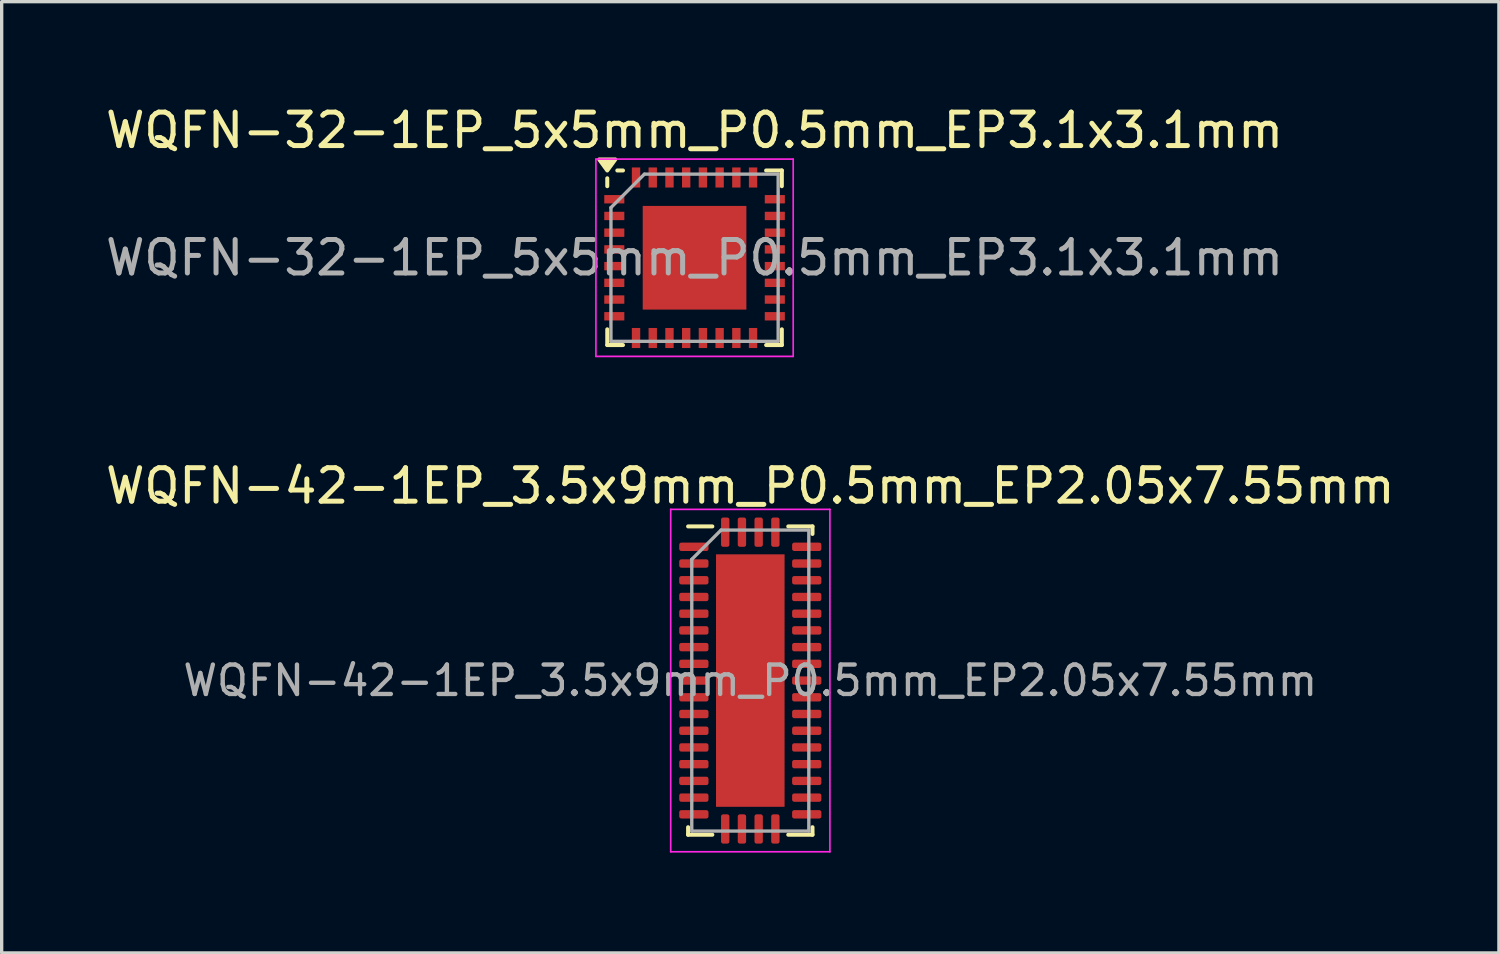
<source format=kicad_pcb>
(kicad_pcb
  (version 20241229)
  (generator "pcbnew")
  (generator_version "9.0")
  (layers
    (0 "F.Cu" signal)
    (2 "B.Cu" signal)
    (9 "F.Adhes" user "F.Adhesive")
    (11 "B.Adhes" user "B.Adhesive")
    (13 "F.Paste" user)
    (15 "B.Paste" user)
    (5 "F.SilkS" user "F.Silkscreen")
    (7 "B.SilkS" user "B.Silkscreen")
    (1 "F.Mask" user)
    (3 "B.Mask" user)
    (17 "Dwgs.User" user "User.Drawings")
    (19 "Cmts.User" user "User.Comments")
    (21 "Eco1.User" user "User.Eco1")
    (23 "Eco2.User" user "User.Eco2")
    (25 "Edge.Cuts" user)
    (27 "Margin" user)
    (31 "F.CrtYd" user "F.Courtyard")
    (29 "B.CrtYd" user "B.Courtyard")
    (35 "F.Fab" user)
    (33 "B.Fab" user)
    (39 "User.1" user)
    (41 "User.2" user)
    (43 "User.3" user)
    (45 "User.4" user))
  (footprint "WQFN-42-1EP_3.5x9mm_P0.5mm_EP2.05x7.55mm"
    (layer "F.Cu")
    (at 19.387 17.302)
    (property "Reference" "WQFN-42-1EP_3.5x9mm_P0.5mm_EP2.05x7.55mm" (at 0 -5.82 0) (layer "F.SilkS") (effects (font (size 1 1) (thickness 0.15))))
    (attr smd)
    (fp_line (start -1.86 4.61) (end -1.86 4.385) (stroke (width 0.12) (type solid)) (layer "F.SilkS"))
    (fp_line (start -1.135 -4.61) (end -1.86 -4.61) (stroke (width 0.12) (type solid)) (layer "F.SilkS"))
    (fp_line (start -1.135 4.61) (end -1.86 4.61) (stroke (width 0.12) (type solid)) (layer "F.SilkS"))
    (fp_line (start 1.135 -4.61) (end 1.86 -4.61) (stroke (width 0.12) (type solid)) (layer "F.SilkS"))
    (fp_line (start 1.135 4.61) (end 1.86 4.61) (stroke (width 0.12) (type solid)) (layer "F.SilkS"))
    (fp_line (start 1.86 -4.61) (end 1.86 -4.385) (stroke (width 0.12) (type solid)) (layer "F.SilkS"))
    (fp_line (start 1.86 4.61) (end 1.86 4.385) (stroke (width 0.12) (type solid)) (layer "F.SilkS"))
    (fp_line (start -2.38 -5.12) (end -2.38 5.12) (stroke (width 0.05) (type solid)) (layer "F.CrtYd"))
    (fp_line (start -2.38 5.12) (end 2.38 5.12) (stroke (width 0.05) (type solid)) (layer "F.CrtYd"))
    (fp_line (start 2.38 -5.12) (end -2.38 -5.12) (stroke (width 0.05) (type solid)) (layer "F.CrtYd"))
    (fp_line (start 2.38 5.12) (end 2.38 -5.12) (stroke (width 0.05) (type solid)) (layer "F.CrtYd"))
    (fp_line (start -1.75 -3.625) (end -0.875 -4.5) (stroke (width 0.1) (type solid)) (layer "F.Fab"))
    (fp_line (start -1.75 4.5) (end -1.75 -3.625) (stroke (width 0.1) (type solid)) (layer "F.Fab"))
    (fp_line (start -0.875 -4.5) (end 1.75 -4.5) (stroke (width 0.1) (type solid)) (layer "F.Fab"))
    (fp_line (start 1.75 -4.5) (end 1.75 4.5) (stroke (width 0.1) (type solid)) (layer "F.Fab"))
    (fp_line (start 1.75 4.5) (end -1.75 4.5) (stroke (width 0.1) (type solid)) (layer "F.Fab"))
    (fp_text user "${REFERENCE}" (at 0 0 0) (layer "F.Fab") (effects (font (size 0.88 0.88) (thickness 0.13))))
    (pad "" smd roundrect (at -0.51 -3.24) (size 0.83 0.87) (layers "F.Paste") (roundrect_rratio 0.25))
    (pad "" smd roundrect (at -0.51 -2.16) (size 0.83 0.87) (layers "F.Paste") (roundrect_rratio 0.25))
    (pad "" smd roundrect (at -0.51 -1.08) (size 0.83 0.87) (layers "F.Paste") (roundrect_rratio 0.25))
    (pad "" smd roundrect (at -0.51 0) (size 0.83 0.87) (layers "F.Paste") (roundrect_rratio 0.25))
    (pad "" smd roundrect (at -0.51 1.08) (size 0.83 0.87) (layers "F.Paste") (roundrect_rratio 0.25))
    (pad "" smd roundrect (at -0.51 2.16) (size 0.83 0.87) (layers "F.Paste") (roundrect_rratio 0.25))
    (pad "" smd roundrect (at -0.51 3.24) (size 0.83 0.87) (layers "F.Paste") (roundrect_rratio 0.25))
    (pad "" smd roundrect (at 0.51 -3.24) (size 0.83 0.87) (layers "F.Paste") (roundrect_rratio 0.25))
    (pad "" smd roundrect (at 0.51 -2.16) (size 0.83 0.87) (layers "F.Paste") (roundrect_rratio 0.25))
    (pad "" smd roundrect (at 0.51 -1.08) (size 0.83 0.87) (layers "F.Paste") (roundrect_rratio 0.25))
    (pad "" smd roundrect (at 0.51 0) (size 0.83 0.87) (layers "F.Paste") (roundrect_rratio 0.25))
    (pad "" smd roundrect (at 0.51 1.08) (size 0.83 0.87) (layers "F.Paste") (roundrect_rratio 0.25))
    (pad "" smd roundrect (at 0.51 2.16) (size 0.83 0.87) (layers "F.Paste") (roundrect_rratio 0.25))
    (pad "" smd roundrect (at 0.51 3.24) (size 0.83 0.87) (layers "F.Paste") (roundrect_rratio 0.25))
    (pad "1" smd roundrect (at -1.688 -4) (size 0.875 0.25) (layers "F.Cu" "F.Mask" "F.Paste") (roundrect_rratio 0.25))
    (pad "2" smd roundrect (at -1.688 -3.5) (size 0.875 0.25) (layers "F.Cu" "F.Mask" "F.Paste") (roundrect_rratio 0.25))
    (pad "3" smd roundrect (at -1.688 -3) (size 0.875 0.25) (layers "F.Cu" "F.Mask" "F.Paste") (roundrect_rratio 0.25))
    (pad "4" smd roundrect (at -1.688 -2.5) (size 0.875 0.25) (layers "F.Cu" "F.Mask" "F.Paste") (roundrect_rratio 0.25))
    (pad "5" smd roundrect (at -1.688 -2) (size 0.875 0.25) (layers "F.Cu" "F.Mask" "F.Paste") (roundrect_rratio 0.25))
    (pad "6" smd roundrect (at -1.688 -1.5) (size 0.875 0.25) (layers "F.Cu" "F.Mask" "F.Paste") (roundrect_rratio 0.25))
    (pad "7" smd roundrect (at -1.688 -1) (size 0.875 0.25) (layers "F.Cu" "F.Mask" "F.Paste") (roundrect_rratio 0.25))
    (pad "8" smd roundrect (at -1.688 -0.5) (size 0.875 0.25) (layers "F.Cu" "F.Mask" "F.Paste") (roundrect_rratio 0.25))
    (pad "9" smd roundrect (at -1.688 0) (size 0.875 0.25) (layers "F.Cu" "F.Mask" "F.Paste") (roundrect_rratio 0.25))
    (pad "10" smd roundrect (at -1.688 0.5) (size 0.875 0.25) (layers "F.Cu" "F.Mask" "F.Paste") (roundrect_rratio 0.25))
    (pad "11" smd roundrect (at -1.688 1) (size 0.875 0.25) (layers "F.Cu" "F.Mask" "F.Paste") (roundrect_rratio 0.25))
    (pad "12" smd roundrect (at -1.688 1.5) (size 0.875 0.25) (layers "F.Cu" "F.Mask" "F.Paste") (roundrect_rratio 0.25))
    (pad "13" smd roundrect (at -1.688 2) (size 0.875 0.25) (layers "F.Cu" "F.Mask" "F.Paste") (roundrect_rratio 0.25))
    (pad "14" smd roundrect (at -1.688 2.5) (size 0.875 0.25) (layers "F.Cu" "F.Mask" "F.Paste") (roundrect_rratio 0.25))
    (pad "15" smd roundrect (at -1.688 3) (size 0.875 0.25) (layers "F.Cu" "F.Mask" "F.Paste") (roundrect_rratio 0.25))
    (pad "16" smd roundrect (at -1.688 3.5) (size 0.875 0.25) (layers "F.Cu" "F.Mask" "F.Paste") (roundrect_rratio 0.25))
    (pad "17" smd roundrect (at -1.688 4) (size 0.875 0.25) (layers "F.Cu" "F.Mask" "F.Paste") (roundrect_rratio 0.25))
    (pad "18" smd roundrect (at -0.75 4.438) (size 0.25 0.875) (layers "F.Cu" "F.Mask" "F.Paste") (roundrect_rratio 0.25))
    (pad "19" smd roundrect (at -0.25 4.438) (size 0.25 0.875) (layers "F.Cu" "F.Mask" "F.Paste") (roundrect_rratio 0.25))
    (pad "20" smd roundrect (at 0.25 4.438) (size 0.25 0.875) (layers "F.Cu" "F.Mask" "F.Paste") (roundrect_rratio 0.25))
    (pad "21" smd roundrect (at 0.75 4.438) (size 0.25 0.875) (layers "F.Cu" "F.Mask" "F.Paste") (roundrect_rratio 0.25))
    (pad "22" smd roundrect (at 1.688 4) (size 0.875 0.25) (layers "F.Cu" "F.Mask" "F.Paste") (roundrect_rratio 0.25))
    (pad "23" smd roundrect (at 1.688 3.5) (size 0.875 0.25) (layers "F.Cu" "F.Mask" "F.Paste") (roundrect_rratio 0.25))
    (pad "24" smd roundrect (at 1.688 3) (size 0.875 0.25) (layers "F.Cu" "F.Mask" "F.Paste") (roundrect_rratio 0.25))
    (pad "25" smd roundrect (at 1.688 2.5) (size 0.875 0.25) (layers "F.Cu" "F.Mask" "F.Paste") (roundrect_rratio 0.25))
    (pad "26" smd roundrect (at 1.688 2) (size 0.875 0.25) (layers "F.Cu" "F.Mask" "F.Paste") (roundrect_rratio 0.25))
    (pad "27" smd roundrect (at 1.688 1.5) (size 0.875 0.25) (layers "F.Cu" "F.Mask" "F.Paste") (roundrect_rratio 0.25))
    (pad "28" smd roundrect (at 1.688 1) (size 0.875 0.25) (layers "F.Cu" "F.Mask" "F.Paste") (roundrect_rratio 0.25))
    (pad "29" smd roundrect (at 1.688 0.5) (size 0.875 0.25) (layers "F.Cu" "F.Mask" "F.Paste") (roundrect_rratio 0.25))
    (pad "30" smd roundrect (at 1.688 0) (size 0.875 0.25) (layers "F.Cu" "F.Mask" "F.Paste") (roundrect_rratio 0.25))
    (pad "31" smd roundrect (at 1.688 -0.5) (size 0.875 0.25) (layers "F.Cu" "F.Mask" "F.Paste") (roundrect_rratio 0.25))
    (pad "32" smd roundrect (at 1.688 -1) (size 0.875 0.25) (layers "F.Cu" "F.Mask" "F.Paste") (roundrect_rratio 0.25))
    (pad "33" smd roundrect (at 1.688 -1.5) (size 0.875 0.25) (layers "F.Cu" "F.Mask" "F.Paste") (roundrect_rratio 0.25))
    (pad "34" smd roundrect (at 1.688 -2) (size 0.875 0.25) (layers "F.Cu" "F.Mask" "F.Paste") (roundrect_rratio 0.25))
    (pad "35" smd roundrect (at 1.688 -2.5) (size 0.875 0.25) (layers "F.Cu" "F.Mask" "F.Paste") (roundrect_rratio 0.25))
    (pad "36" smd roundrect (at 1.688 -3) (size 0.875 0.25) (layers "F.Cu" "F.Mask" "F.Paste") (roundrect_rratio 0.25))
    (pad "37" smd roundrect (at 1.688 -3.5) (size 0.875 0.25) (layers "F.Cu" "F.Mask" "F.Paste") (roundrect_rratio 0.25))
    (pad "38" smd roundrect (at 1.688 -4) (size 0.875 0.25) (layers "F.Cu" "F.Mask" "F.Paste") (roundrect_rratio 0.25))
    (pad "39" smd roundrect (at 0.75 -4.438) (size 0.25 0.875) (layers "F.Cu" "F.Mask" "F.Paste") (roundrect_rratio 0.25))
    (pad "40" smd roundrect (at 0.25 -4.438) (size 0.25 0.875) (layers "F.Cu" "F.Mask" "F.Paste") (roundrect_rratio 0.25))
    (pad "41" smd roundrect (at -0.25 -4.438) (size 0.25 0.875) (layers "F.Cu" "F.Mask" "F.Paste") (roundrect_rratio 0.25))
    (pad "42" smd roundrect (at -0.75 -4.438) (size 0.25 0.875) (layers "F.Cu" "F.Mask" "F.Paste") (roundrect_rratio 0.25))
    (pad "43" smd rect (at 0 0) (size 2.05 7.55) (layers "F.Cu" "F.Mask")))
  (footprint "WQFN-32-1EP_5x5mm_P0.5mm_EP3.1x3.1mm"
    (layer "F.Cu")
    (at 17.72 4.658)
    (property "Reference" "WQFN-32-1EP_5x5mm_P0.5mm_EP3.1x3.1mm" (at 0 -3.81 0) (layer "F.SilkS") (effects (font (size 1 1) (thickness 0.15))))
    (attr smd)
    (fp_line (start -2.61 -2.14) (end -2.61 -2.377) (stroke (width 0.12) (type solid)) (layer "F.SilkS"))
    (fp_line (start -2.61 2.61) (end -2.61 2.14) (stroke (width 0.12) (type solid)) (layer "F.SilkS"))
    (fp_line (start -2.14 -2.61) (end -2.31 -2.61) (stroke (width 0.12) (type solid)) (layer "F.SilkS"))
    (fp_line (start -2.14 2.61) (end -2.61 2.61) (stroke (width 0.12) (type solid)) (layer "F.SilkS"))
    (fp_line (start 2.14 -2.61) (end 2.61 -2.61) (stroke (width 0.12) (type solid)) (layer "F.SilkS"))
    (fp_line (start 2.61 -2.61) (end 2.61 -2.14) (stroke (width 0.12) (type solid)) (layer "F.SilkS"))
    (fp_line (start 2.61 2.14) (end 2.61 2.61) (stroke (width 0.12) (type solid)) (layer "F.SilkS"))
    (fp_line (start 2.61 2.61) (end 2.14 2.61) (stroke (width 0.12) (type solid)) (layer "F.SilkS"))
    (fp_poly (pts (xy -2.61 -2.61) (xy -2.85 -2.94) (xy -2.37 -2.94) (xy -2.61 -2.61)) (stroke (width 0.12) (type solid)) (fill yes) (layer "F.SilkS"))
    (fp_line (start -2.95 -2.95) (end 2.95 -2.95) (stroke (width 0.05) (type solid)) (layer "F.CrtYd"))
    (fp_line (start -2.95 2.95) (end -2.95 -2.95) (stroke (width 0.05) (type solid)) (layer "F.CrtYd"))
    (fp_line (start 2.95 -2.95) (end 2.95 2.95) (stroke (width 0.05) (type solid)) (layer "F.CrtYd"))
    (fp_line (start 2.95 2.95) (end -2.95 2.95) (stroke (width 0.05) (type solid)) (layer "F.CrtYd"))
    (fp_line (start -2.5 -1.5) (end -2.5 2.5) (stroke (width 0.1) (type solid)) (layer "F.Fab"))
    (fp_line (start -1.5 -2.5) (end -2.5 -1.5) (stroke (width 0.1) (type solid)) (layer "F.Fab"))
    (fp_line (start 2.5 -2.5) (end -1.5 -2.5) (stroke (width 0.1) (type solid)) (layer "F.Fab"))
    (fp_line (start 2.5 -2.5) (end 2.5 2.5) (stroke (width 0.1) (type solid)) (layer "F.Fab"))
    (fp_line (start 2.5 2.5) (end -2.5 2.5) (stroke (width 0.1) (type solid)) (layer "F.Fab"))
    (fp_text user "${REFERENCE}" (at 0 0 0) (layer "F.Fab") (effects (font (size 1 1) (thickness 0.15))))
    (pad "" smd rect (at -0.775 -0.775) (size 1.23 1.23) (layers "F.Paste"))
    (pad "" smd rect (at -0.775 0.775) (size 1.23 1.23) (layers "F.Paste"))
    (pad "" smd rect (at 0.775 -0.775) (size 1.23 1.23) (layers "F.Paste"))
    (pad "" smd rect (at 0.775 0.775) (size 1.23 1.23) (layers "F.Paste"))
    (pad "1" smd rect (at -2.4 -1.75 90) (size 0.25 0.6) (layers "F.Cu" "F.Mask" "F.Paste"))
    (pad "2" smd rect (at -2.4 -1.25 90) (size 0.25 0.6) (layers "F.Cu" "F.Mask" "F.Paste"))
    (pad "3" smd rect (at -2.4 -0.75 90) (size 0.25 0.6) (layers "F.Cu" "F.Mask" "F.Paste"))
    (pad "4" smd rect (at -2.4 -0.25 90) (size 0.25 0.6) (layers "F.Cu" "F.Mask" "F.Paste"))
    (pad "5" smd rect (at -2.4 0.25 90) (size 0.25 0.6) (layers "F.Cu" "F.Mask" "F.Paste"))
    (pad "6" smd rect (at -2.4 0.75 90) (size 0.25 0.6) (layers "F.Cu" "F.Mask" "F.Paste"))
    (pad "7" smd rect (at -2.4 1.25 90) (size 0.25 0.6) (layers "F.Cu" "F.Mask" "F.Paste"))
    (pad "8" smd rect (at -2.4 1.75 90) (size 0.25 0.6) (layers "F.Cu" "F.Mask" "F.Paste"))
    (pad "9" smd rect (at -1.75 2.4) (size 0.25 0.6) (layers "F.Cu" "F.Mask" "F.Paste"))
    (pad "10" smd rect (at -1.25 2.4) (size 0.25 0.6) (layers "F.Cu" "F.Mask" "F.Paste"))
    (pad "11" smd rect (at -0.75 2.4) (size 0.25 0.6) (layers "F.Cu" "F.Mask" "F.Paste"))
    (pad "12" smd rect (at -0.25 2.4) (size 0.25 0.6) (layers "F.Cu" "F.Mask" "F.Paste"))
    (pad "13" smd rect (at 0.25 2.4) (size 0.25 0.6) (layers "F.Cu" "F.Mask" "F.Paste"))
    (pad "14" smd rect (at 0.75 2.4) (size 0.25 0.6) (layers "F.Cu" "F.Mask" "F.Paste"))
    (pad "15" smd rect (at 1.25 2.4) (size 0.25 0.6) (layers "F.Cu" "F.Mask" "F.Paste"))
    (pad "16" smd rect (at 1.75 2.4) (size 0.25 0.6) (layers "F.Cu" "F.Mask" "F.Paste"))
    (pad "17" smd rect (at 2.4 1.75 90) (size 0.25 0.6) (layers "F.Cu" "F.Mask" "F.Paste"))
    (pad "18" smd rect (at 2.4 1.25 90) (size 0.25 0.6) (layers "F.Cu" "F.Mask" "F.Paste"))
    (pad "19" smd rect (at 2.4 0.75 90) (size 0.25 0.6) (layers "F.Cu" "F.Mask" "F.Paste"))
    (pad "20" smd rect (at 2.4 0.25 90) (size 0.25 0.6) (layers "F.Cu" "F.Mask" "F.Paste"))
    (pad "21" smd rect (at 2.4 -0.25 90) (size 0.25 0.6) (layers "F.Cu" "F.Mask" "F.Paste"))
    (pad "22" smd rect (at 2.4 -0.75 90) (size 0.25 0.6) (layers "F.Cu" "F.Mask" "F.Paste"))
    (pad "23" smd rect (at 2.4 -1.25 90) (size 0.25 0.6) (layers "F.Cu" "F.Mask" "F.Paste"))
    (pad "24" smd rect (at 2.4 -1.75 90) (size 0.25 0.6) (layers "F.Cu" "F.Mask" "F.Paste"))
    (pad "25" smd rect (at 1.75 -2.4) (size 0.25 0.6) (layers "F.Cu" "F.Mask" "F.Paste"))
    (pad "26" smd rect (at 1.25 -2.4) (size 0.25 0.6) (layers "F.Cu" "F.Mask" "F.Paste"))
    (pad "27" smd rect (at 0.75 -2.4) (size 0.25 0.6) (layers "F.Cu" "F.Mask" "F.Paste"))
    (pad "28" smd rect (at 0.25 -2.4) (size 0.25 0.6) (layers "F.Cu" "F.Mask" "F.Paste"))
    (pad "29" smd rect (at -0.25 -2.4) (size 0.25 0.6) (layers "F.Cu" "F.Mask" "F.Paste"))
    (pad "30" smd rect (at -0.75 -2.4) (size 0.25 0.6) (layers "F.Cu" "F.Mask" "F.Paste"))
    (pad "31" smd rect (at -1.25 -2.4) (size 0.25 0.6) (layers "F.Cu" "F.Mask" "F.Paste"))
    (pad "32" smd rect (at -1.75 -2.4) (size 0.25 0.6) (layers "F.Cu" "F.Mask" "F.Paste"))
    (pad "33" smd rect (at 0 0) (size 3.1 3.1) (layers "F.Cu" "F.Mask")))
  (gr_rect
    (start -3 -3)
    (end 41.774 25.447)
    (stroke (width 0.1) (type default))
    (fill no)
    (layer "Edge.Cuts")))
</source>
